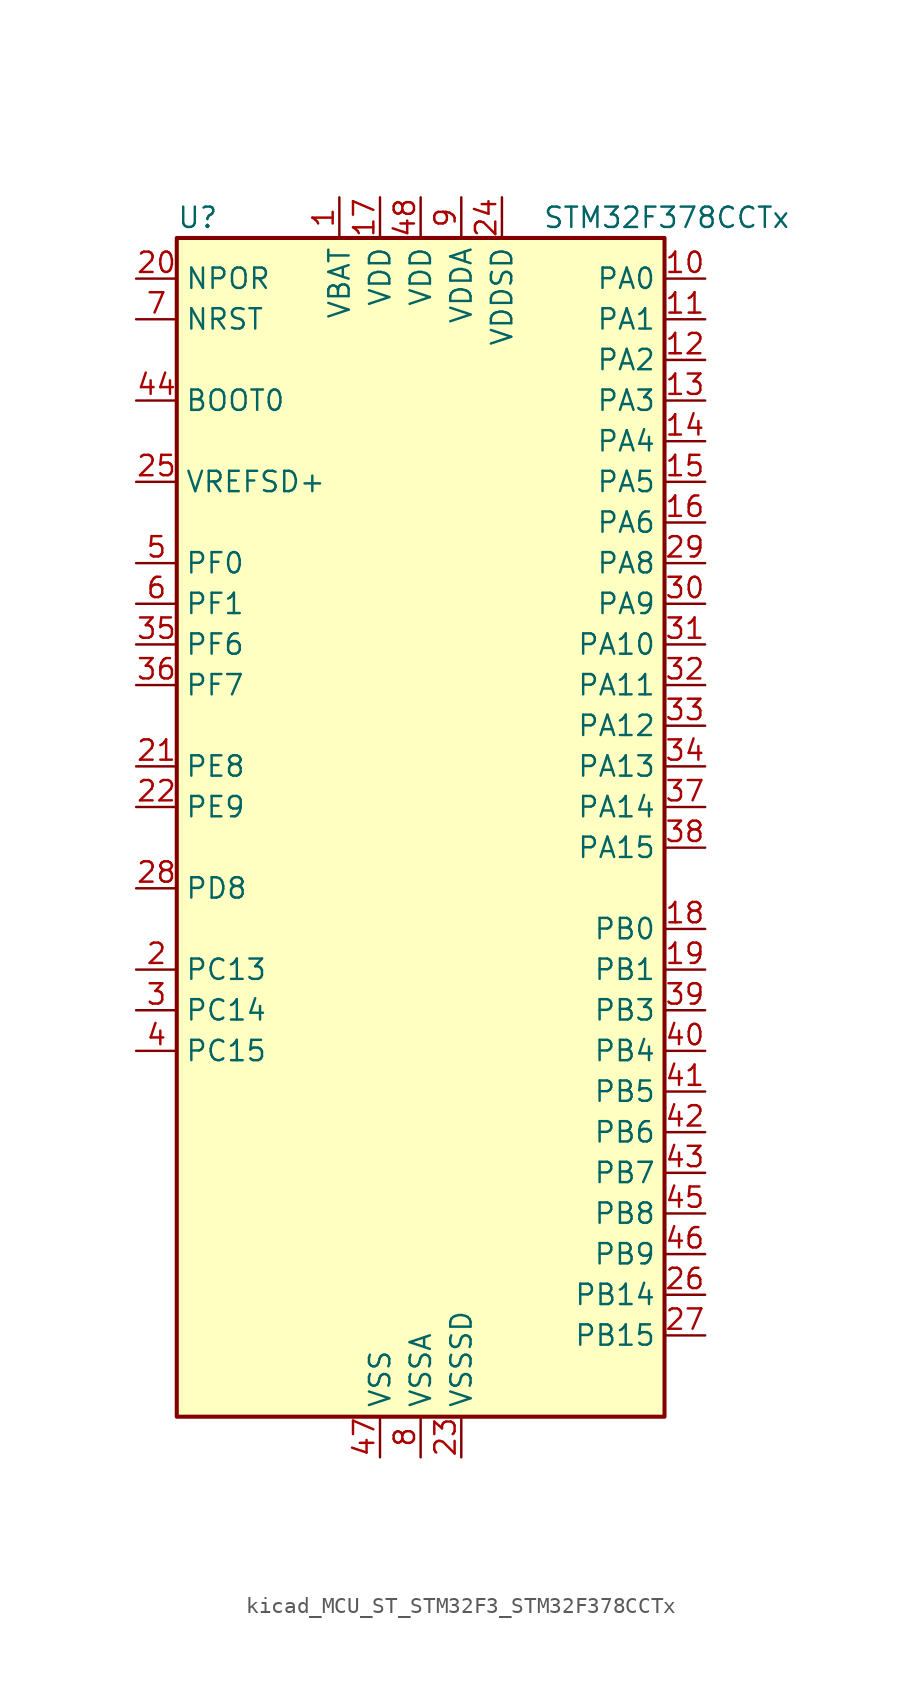
<source format=kicad_sym>
(kicad_symbol_lib
  (version 20220914)
  (generator kicad_symbol_editor)
  (symbol "kicad_MCU_ST_STM32F3_STM32F378CCTx"
    (property "Reference" "U"
      (at -15.24 39.37 0)
      (effects (font (size 1.27 1.27)) (justify left)))
    (property "Value" "STM32F378CCTx"
      (at 7.62 39.37 0)
      (effects (font (size 1.27 1.27)) (justify left)))
    (property "ki_locked" ""
      (at 0 0 0)
      (effects (font (size 1.27 1.27))))
    (symbol "kicad_MCU_ST_STM32F3_STM32F378CCTx_0_1"
      (rectangle (start -15.24 -35.56) (end 15.24 38.1) (stroke (width 0.254) (type default)) (fill (type background))))
    (symbol "kicad_MCU_ST_STM32F3_STM32F378CCTx_1_1"
      (pin power_in line (at -5.08 40.64 270) (length 2.54) (name "VBAT" (effects (font (size 1.27 1.27)))) (number "1" (effects (font (size 1.27 1.27)))))
      (pin bidirectional line (at 17.78 35.56 180) (length 2.54) (name "PA0" (effects (font (size 1.27 1.27)))) (number "10" (effects (font (size 1.27 1.27)))) (alternate "ADC1_IN0" bidirectional line) (alternate "COMP1_INM" bidirectional line) (alternate "COMP1_OUT" bidirectional line) (alternate "RTC_TAMP2" bidirectional line) (alternate "SYS_WKUP1" bidirectional line) (alternate "TIM19_CH1" bidirectional line) (alternate "TIM2_CH1" bidirectional line) (alternate "TIM2_ETR" bidirectional line) (alternate "TIM5_CH1" bidirectional line) (alternate "TIM5_ETR" bidirectional line) (alternate "TSC_G1_IO1" bidirectional line) (alternate "USART2_CTS" bidirectional line))
      (pin bidirectional line (at 17.78 33.02 180) (length 2.54) (name "PA1" (effects (font (size 1.27 1.27)))) (number "11" (effects (font (size 1.27 1.27)))) (alternate "ADC1_IN1" bidirectional line) (alternate "COMP1_INP" bidirectional line) (alternate "I2S3_CK" bidirectional line) (alternate "RTC_REFIN" bidirectional line) (alternate "SPI3_SCK" bidirectional line) (alternate "TIM15_CH1N" bidirectional line) (alternate "TIM19_CH2" bidirectional line) (alternate "TIM2_CH2" bidirectional line) (alternate "TIM5_CH2" bidirectional line) (alternate "TSC_G1_IO2" bidirectional line) (alternate "USART2_DE" bidirectional line) (alternate "USART2_RTS" bidirectional line))
      (pin bidirectional line (at 17.78 30.48 180) (length 2.54) (name "PA2" (effects (font (size 1.27 1.27)))) (number "12" (effects (font (size 1.27 1.27)))) (alternate "ADC1_IN2" bidirectional line) (alternate "COMP2_INM" bidirectional line) (alternate "COMP2_OUT" bidirectional line) (alternate "I2S3_MCK" bidirectional line) (alternate "SPI3_MISO" bidirectional line) (alternate "TIM15_CH1" bidirectional line) (alternate "TIM19_CH3" bidirectional line) (alternate "TIM2_CH3" bidirectional line) (alternate "TIM5_CH3" bidirectional line) (alternate "TSC_G1_IO3" bidirectional line) (alternate "USART2_TX" bidirectional line))
      (pin bidirectional line (at 17.78 27.94 180) (length 2.54) (name "PA3" (effects (font (size 1.27 1.27)))) (number "13" (effects (font (size 1.27 1.27)))) (alternate "ADC1_IN3" bidirectional line) (alternate "COMP2_INP" bidirectional line) (alternate "I2S3_SD" bidirectional line) (alternate "SPI3_MOSI" bidirectional line) (alternate "TIM15_CH2" bidirectional line) (alternate "TIM19_CH4" bidirectional line) (alternate "TIM2_CH4" bidirectional line) (alternate "TIM5_CH4" bidirectional line) (alternate "TSC_G1_IO4" bidirectional line) (alternate "USART2_RX" bidirectional line))
      (pin bidirectional line (at 17.78 25.4 180) (length 2.54) (name "PA4" (effects (font (size 1.27 1.27)))) (number "14" (effects (font (size 1.27 1.27)))) (alternate "ADC1_IN4" bidirectional line) (alternate "DAC1_OUT1" bidirectional line) (alternate "I2S1_WS" bidirectional line) (alternate "I2S3_WS" bidirectional line) (alternate "SPI1_NSS" bidirectional line) (alternate "SPI3_NSS" bidirectional line) (alternate "TIM12_CH1" bidirectional line) (alternate "TIM3_CH2" bidirectional line) (alternate "TSC_G2_IO1" bidirectional line) (alternate "USART2_CK" bidirectional line))
      (pin bidirectional line (at 17.78 22.86 180) (length 2.54) (name "PA5" (effects (font (size 1.27 1.27)))) (number "15" (effects (font (size 1.27 1.27)))) (alternate "ADC1_IN5" bidirectional line) (alternate "CEC" bidirectional line) (alternate "DAC1_OUT2" bidirectional line) (alternate "I2S1_CK" bidirectional line) (alternate "SPI1_SCK" bidirectional line) (alternate "TIM12_CH2" bidirectional line) (alternate "TIM14_CH1" bidirectional line) (alternate "TIM2_CH1" bidirectional line) (alternate "TIM2_ETR" bidirectional line) (alternate "TSC_G2_IO2" bidirectional line))
      (pin bidirectional line (at 17.78 20.32 180) (length 2.54) (name "PA6" (effects (font (size 1.27 1.27)))) (number "16" (effects (font (size 1.27 1.27)))) (alternate "ADC1_IN6" bidirectional line) (alternate "COMP1_OUT" bidirectional line) (alternate "DAC2_OUT1" bidirectional line) (alternate "I2S1_MCK" bidirectional line) (alternate "SPI1_MISO" bidirectional line) (alternate "TIM13_CH1" bidirectional line) (alternate "TIM16_CH1" bidirectional line) (alternate "TIM3_CH1" bidirectional line) (alternate "TSC_G2_IO3" bidirectional line))
      (pin power_in line (at -2.54 40.64 270) (length 2.54) (name "VDD" (effects (font (size 1.27 1.27)))) (number "17" (effects (font (size 1.27 1.27)))))
      (pin bidirectional line (at 17.78 -5.08 180) (length 2.54) (name "PB0" (effects (font (size 1.27 1.27)))) (number "18" (effects (font (size 1.27 1.27)))) (alternate "ADC1_IN8" bidirectional line) (alternate "I2S1_SD" bidirectional line) (alternate "SDADC1_AIN6P" bidirectional line) (alternate "SPI1_MOSI" bidirectional line) (alternate "TIM3_CH2" bidirectional line) (alternate "TIM3_CH3" bidirectional line) (alternate "TSC_G3_IO3" bidirectional line))
      (pin bidirectional line (at 17.78 -7.62 180) (length 2.54) (name "PB1" (effects (font (size 1.27 1.27)))) (number "19" (effects (font (size 1.27 1.27)))) (alternate "ADC1_IN9" bidirectional line) (alternate "SDADC1_AIN5P" bidirectional line) (alternate "SDADC1_AIN6M" bidirectional line) (alternate "TIM3_CH4" bidirectional line) (alternate "TSC_G3_IO4" bidirectional line))
      (pin bidirectional line (at -17.78 -7.62 0) (length 2.54) (name "PC13" (effects (font (size 1.27 1.27)))) (number "2" (effects (font (size 1.27 1.27)))) (alternate "RTC_OUT_ALARM" bidirectional line) (alternate "RTC_OUT_CALIB" bidirectional line) (alternate "RTC_TAMP1" bidirectional line) (alternate "RTC_TS" bidirectional line) (alternate "SYS_WKUP2" bidirectional line))
      (pin input line (at -17.78 35.56 0) (length 2.54) (name "NPOR" (effects (font (size 1.27 1.27)))) (number "20" (effects (font (size 1.27 1.27)))))
      (pin bidirectional line (at -17.78 5.08 0) (length 2.54) (name "PE8" (effects (font (size 1.27 1.27)))) (number "21" (effects (font (size 1.27 1.27)))) (alternate "SDADC1_AIN8P" bidirectional line) (alternate "SDADC2_AIN8P" bidirectional line))
      (pin bidirectional line (at -17.78 2.54 0) (length 2.54) (name "PE9" (effects (font (size 1.27 1.27)))) (number "22" (effects (font (size 1.27 1.27)))) (alternate "DAC1_EXTI9" bidirectional line) (alternate "DAC2_EXTI9" bidirectional line) (alternate "SDADC1_AIN7P" bidirectional line) (alternate "SDADC1_AIN8M" bidirectional line) (alternate "SDADC2_AIN7P" bidirectional line) (alternate "SDADC2_AIN8M" bidirectional line))
      (pin power_in line (at 2.54 -38.1 90) (length 2.54) (name "VSSSD" (effects (font (size 1.27 1.27)))) (number "23" (effects (font (size 1.27 1.27)))))
      (pin power_in line (at 5.08 40.64 270) (length 2.54) (name "VDDSD" (effects (font (size 1.27 1.27)))) (number "24" (effects (font (size 1.27 1.27)))))
      (pin input line (at -17.78 22.86 0) (length 2.54) (name "VREFSD+" (effects (font (size 1.27 1.27)))) (number "25" (effects (font (size 1.27 1.27)))))
      (pin bidirectional line (at 17.78 -27.94 180) (length 2.54) (name "PB14" (effects (font (size 1.27 1.27)))) (number "26" (effects (font (size 1.27 1.27)))) (alternate "I2S2_MCK" bidirectional line) (alternate "SDADC3_AIN8P" bidirectional line) (alternate "SPI2_MISO" bidirectional line) (alternate "TIM12_CH1" bidirectional line) (alternate "TIM15_CH1" bidirectional line) (alternate "TSC_G6_IO1" bidirectional line) (alternate "USART3_DE" bidirectional line) (alternate "USART3_RTS" bidirectional line))
      (pin bidirectional line (at 17.78 -30.48 180) (length 2.54) (name "PB15" (effects (font (size 1.27 1.27)))) (number "27" (effects (font (size 1.27 1.27)))) (alternate "ADC1_EXTI15" bidirectional line) (alternate "I2S2_SD" bidirectional line) (alternate "RTC_REFIN" bidirectional line) (alternate "SDADC1_EXTI15" bidirectional line) (alternate "SDADC2_EXTI15" bidirectional line) (alternate "SDADC3_AIN7P" bidirectional line) (alternate "SDADC3_AIN8M" bidirectional line) (alternate "SDADC3_EXTI15" bidirectional line) (alternate "SPI2_MOSI" bidirectional line) (alternate "TIM12_CH2" bidirectional line) (alternate "TIM15_CH1N" bidirectional line) (alternate "TIM15_CH2" bidirectional line) (alternate "TSC_G6_IO2" bidirectional line))
      (pin bidirectional line (at -17.78 -2.54 0) (length 2.54) (name "PD8" (effects (font (size 1.27 1.27)))) (number "28" (effects (font (size 1.27 1.27)))) (alternate "I2S2_CK" bidirectional line) (alternate "SDADC3_AIN6P" bidirectional line) (alternate "SPI2_SCK" bidirectional line) (alternate "TSC_G6_IO3" bidirectional line) (alternate "USART3_TX" bidirectional line))
      (pin bidirectional line (at 17.78 17.78 180) (length 2.54) (name "PA8" (effects (font (size 1.27 1.27)))) (number "29" (effects (font (size 1.27 1.27)))) (alternate "I2C2_SMBA" bidirectional line) (alternate "I2S2_CK" bidirectional line) (alternate "RCC_MCO" bidirectional line) (alternate "SPI2_SCK" bidirectional line) (alternate "TIM4_ETR" bidirectional line) (alternate "TIM5_CH1" bidirectional line) (alternate "TIM5_ETR" bidirectional line) (alternate "USART1_CK" bidirectional line))
      (pin bidirectional line (at -17.78 -10.16 0) (length 2.54) (name "PC14" (effects (font (size 1.27 1.27)))) (number "3" (effects (font (size 1.27 1.27)))) (alternate "RCC_OSC32_IN" bidirectional line))
      (pin bidirectional line (at 17.78 15.24 180) (length 2.54) (name "PA9" (effects (font (size 1.27 1.27)))) (number "30" (effects (font (size 1.27 1.27)))) (alternate "DAC1_EXTI9" bidirectional line) (alternate "DAC2_EXTI9" bidirectional line) (alternate "I2C2_SCL" bidirectional line) (alternate "I2S2_MCK" bidirectional line) (alternate "SPI2_MISO" bidirectional line) (alternate "TIM13_CH1" bidirectional line) (alternate "TIM15_BKIN" bidirectional line) (alternate "TIM2_CH3" bidirectional line) (alternate "TSC_G4_IO1" bidirectional line) (alternate "USART1_TX" bidirectional line))
      (pin bidirectional line (at 17.78 12.7 180) (length 2.54) (name "PA10" (effects (font (size 1.27 1.27)))) (number "31" (effects (font (size 1.27 1.27)))) (alternate "I2C2_SDA" bidirectional line) (alternate "I2S2_SD" bidirectional line) (alternate "SPI2_MOSI" bidirectional line) (alternate "TIM14_CH1" bidirectional line) (alternate "TIM17_BKIN" bidirectional line) (alternate "TIM2_CH4" bidirectional line) (alternate "TSC_G4_IO2" bidirectional line) (alternate "USART1_RX" bidirectional line))
      (pin bidirectional line (at 17.78 10.16 180) (length 2.54) (name "PA11" (effects (font (size 1.27 1.27)))) (number "32" (effects (font (size 1.27 1.27)))) (alternate "ADC1_EXTI11" bidirectional line) (alternate "CAN_RX" bidirectional line) (alternate "COMP1_OUT" bidirectional line) (alternate "I2S1_WS" bidirectional line) (alternate "I2S2_WS" bidirectional line) (alternate "SDADC1_EXTI11" bidirectional line) (alternate "SDADC2_EXTI11" bidirectional line) (alternate "SDADC3_EXTI11" bidirectional line) (alternate "SPI1_NSS" bidirectional line) (alternate "SPI2_NSS" bidirectional line) (alternate "TIM4_CH1" bidirectional line) (alternate "TIM5_CH2" bidirectional line) (alternate "USART1_CTS" bidirectional line))
      (pin bidirectional line (at 17.78 7.62 180) (length 2.54) (name "PA12" (effects (font (size 1.27 1.27)))) (number "33" (effects (font (size 1.27 1.27)))) (alternate "CAN_TX" bidirectional line) (alternate "COMP2_OUT" bidirectional line) (alternate "I2S1_CK" bidirectional line) (alternate "SPI1_SCK" bidirectional line) (alternate "TIM16_CH1" bidirectional line) (alternate "TIM4_CH2" bidirectional line) (alternate "TIM5_CH3" bidirectional line) (alternate "USART1_DE" bidirectional line) (alternate "USART1_RTS" bidirectional line))
      (pin bidirectional line (at 17.78 5.08 180) (length 2.54) (name "PA13" (effects (font (size 1.27 1.27)))) (number "34" (effects (font (size 1.27 1.27)))) (alternate "I2S1_MCK" bidirectional line) (alternate "IR_OUT" bidirectional line) (alternate "SPI1_MISO" bidirectional line) (alternate "SYS_JTMS-SWDIO" bidirectional line) (alternate "TIM16_CH1N" bidirectional line) (alternate "TIM4_CH3" bidirectional line) (alternate "TIM5_CH4" bidirectional line) (alternate "TSC_G4_IO3" bidirectional line) (alternate "USART3_CTS" bidirectional line))
      (pin bidirectional line (at -17.78 12.7 0) (length 2.54) (name "PF6" (effects (font (size 1.27 1.27)))) (number "35" (effects (font (size 1.27 1.27)))) (alternate "I2C2_SCL" bidirectional line) (alternate "I2S1_SD" bidirectional line) (alternate "SPI1_MOSI" bidirectional line) (alternate "TIM4_CH4" bidirectional line) (alternate "USART3_DE" bidirectional line) (alternate "USART3_RTS" bidirectional line))
      (pin bidirectional line (at -17.78 10.16 0) (length 2.54) (name "PF7" (effects (font (size 1.27 1.27)))) (number "36" (effects (font (size 1.27 1.27)))) (alternate "I2C2_SDA" bidirectional line) (alternate "USART2_CK" bidirectional line))
      (pin bidirectional line (at 17.78 2.54 180) (length 2.54) (name "PA14" (effects (font (size 1.27 1.27)))) (number "37" (effects (font (size 1.27 1.27)))) (alternate "I2C1_SDA" bidirectional line) (alternate "SYS_JTCK-SWCLK" bidirectional line) (alternate "TIM12_CH1" bidirectional line) (alternate "TSC_G4_IO4" bidirectional line))
      (pin bidirectional line (at 17.78 0 180) (length 2.54) (name "PA15" (effects (font (size 1.27 1.27)))) (number "38" (effects (font (size 1.27 1.27)))) (alternate "ADC1_EXTI15" bidirectional line) (alternate "I2C1_SCL" bidirectional line) (alternate "I2S1_WS" bidirectional line) (alternate "I2S3_WS" bidirectional line) (alternate "SDADC1_EXTI15" bidirectional line) (alternate "SDADC2_EXTI15" bidirectional line) (alternate "SDADC3_EXTI15" bidirectional line) (alternate "SPI1_NSS" bidirectional line) (alternate "SPI3_NSS" bidirectional line) (alternate "SYS_JTDI" bidirectional line) (alternate "TIM12_CH2" bidirectional line) (alternate "TIM2_CH1" bidirectional line) (alternate "TIM2_ETR" bidirectional line) (alternate "TSC_SYNC" bidirectional line))
      (pin bidirectional line (at 17.78 -10.16 180) (length 2.54) (name "PB3" (effects (font (size 1.27 1.27)))) (number "39" (effects (font (size 1.27 1.27)))) (alternate "I2S1_CK" bidirectional line) (alternate "I2S3_CK" bidirectional line) (alternate "SPI1_SCK" bidirectional line) (alternate "SPI3_SCK" bidirectional line) (alternate "SYS_JTDO-TRACESWO" bidirectional line) (alternate "TIM13_CH1" bidirectional line) (alternate "TIM2_CH2" bidirectional line) (alternate "TIM3_ETR" bidirectional line) (alternate "TIM4_ETR" bidirectional line) (alternate "TSC_G5_IO1" bidirectional line) (alternate "USART2_TX" bidirectional line))
      (pin bidirectional line (at -17.78 -12.7 0) (length 2.54) (name "PC15" (effects (font (size 1.27 1.27)))) (number "4" (effects (font (size 1.27 1.27)))) (alternate "ADC1_EXTI15" bidirectional line) (alternate "RCC_OSC32_OUT" bidirectional line) (alternate "SDADC1_EXTI15" bidirectional line) (alternate "SDADC2_EXTI15" bidirectional line) (alternate "SDADC3_EXTI15" bidirectional line))
      (pin bidirectional line (at 17.78 -12.7 180) (length 2.54) (name "PB4" (effects (font (size 1.27 1.27)))) (number "40" (effects (font (size 1.27 1.27)))) (alternate "I2S1_MCK" bidirectional line) (alternate "I2S3_MCK" bidirectional line) (alternate "SPI1_MISO" bidirectional line) (alternate "SPI3_MISO" bidirectional line) (alternate "SYS_NJTRST" bidirectional line) (alternate "TIM15_CH1N" bidirectional line) (alternate "TIM16_CH1" bidirectional line) (alternate "TIM17_BKIN" bidirectional line) (alternate "TIM3_CH1" bidirectional line) (alternate "TSC_G5_IO2" bidirectional line) (alternate "USART2_RX" bidirectional line))
      (pin bidirectional line (at 17.78 -15.24 180) (length 2.54) (name "PB5" (effects (font (size 1.27 1.27)))) (number "41" (effects (font (size 1.27 1.27)))) (alternate "I2C1_SMBA" bidirectional line) (alternate "I2S1_SD" bidirectional line) (alternate "I2S3_SD" bidirectional line) (alternate "SPI1_MOSI" bidirectional line) (alternate "SPI3_MOSI" bidirectional line) (alternate "TIM16_BKIN" bidirectional line) (alternate "TIM17_CH1" bidirectional line) (alternate "TIM19_ETR" bidirectional line) (alternate "TIM3_CH2" bidirectional line) (alternate "USART2_CK" bidirectional line))
      (pin bidirectional line (at 17.78 -17.78 180) (length 2.54) (name "PB6" (effects (font (size 1.27 1.27)))) (number "42" (effects (font (size 1.27 1.27)))) (alternate "I2C1_SCL" bidirectional line) (alternate "TIM15_CH1" bidirectional line) (alternate "TIM16_CH1N" bidirectional line) (alternate "TIM19_CH1" bidirectional line) (alternate "TIM3_CH3" bidirectional line) (alternate "TIM4_CH1" bidirectional line) (alternate "TSC_G5_IO3" bidirectional line) (alternate "USART1_TX" bidirectional line))
      (pin bidirectional line (at 17.78 -20.32 180) (length 2.54) (name "PB7" (effects (font (size 1.27 1.27)))) (number "43" (effects (font (size 1.27 1.27)))) (alternate "I2C1_SDA" bidirectional line) (alternate "TIM15_CH2" bidirectional line) (alternate "TIM17_CH1N" bidirectional line) (alternate "TIM19_CH2" bidirectional line) (alternate "TIM3_CH4" bidirectional line) (alternate "TIM4_CH2" bidirectional line) (alternate "TSC_G5_IO4" bidirectional line) (alternate "USART1_RX" bidirectional line))
      (pin input line (at -17.78 27.94 0) (length 2.54) (name "BOOT0" (effects (font (size 1.27 1.27)))) (number "44" (effects (font (size 1.27 1.27)))))
      (pin bidirectional line (at 17.78 -22.86 180) (length 2.54) (name "PB8" (effects (font (size 1.27 1.27)))) (number "45" (effects (font (size 1.27 1.27)))) (alternate "CAN_RX" bidirectional line) (alternate "CEC" bidirectional line) (alternate "COMP1_OUT" bidirectional line) (alternate "I2C1_SCL" bidirectional line) (alternate "I2S2_CK" bidirectional line) (alternate "SPI2_SCK" bidirectional line) (alternate "TIM16_CH1" bidirectional line) (alternate "TIM19_CH3" bidirectional line) (alternate "TIM4_CH3" bidirectional line) (alternate "TSC_SYNC" bidirectional line) (alternate "USART3_TX" bidirectional line))
      (pin bidirectional line (at 17.78 -25.4 180) (length 2.54) (name "PB9" (effects (font (size 1.27 1.27)))) (number "46" (effects (font (size 1.27 1.27)))) (alternate "CAN_TX" bidirectional line) (alternate "COMP2_OUT" bidirectional line) (alternate "DAC1_EXTI9" bidirectional line) (alternate "DAC2_EXTI9" bidirectional line) (alternate "I2C1_SDA" bidirectional line) (alternate "I2S2_WS" bidirectional line) (alternate "IR_OUT" bidirectional line) (alternate "SPI2_NSS" bidirectional line) (alternate "TIM17_CH1" bidirectional line) (alternate "TIM19_CH4" bidirectional line) (alternate "TIM4_CH4" bidirectional line) (alternate "USART3_RX" bidirectional line))
      (pin power_in line (at -2.54 -38.1 90) (length 2.54) (name "VSS" (effects (font (size 1.27 1.27)))) (number "47" (effects (font (size 1.27 1.27)))))
      (pin power_in line (at 0 40.64 270) (length 2.54) (name "VDD" (effects (font (size 1.27 1.27)))) (number "48" (effects (font (size 1.27 1.27)))))
      (pin bidirectional line (at -17.78 17.78 0) (length 2.54) (name "PF0" (effects (font (size 1.27 1.27)))) (number "5" (effects (font (size 1.27 1.27)))) (alternate "I2C2_SDA" bidirectional line) (alternate "RCC_OSC_IN" bidirectional line))
      (pin bidirectional line (at -17.78 15.24 0) (length 2.54) (name "PF1" (effects (font (size 1.27 1.27)))) (number "6" (effects (font (size 1.27 1.27)))) (alternate "I2C2_SCL" bidirectional line) (alternate "RCC_OSC_OUT" bidirectional line))
      (pin input line (at -17.78 33.02 0) (length 2.54) (name "NRST" (effects (font (size 1.27 1.27)))) (number "7" (effects (font (size 1.27 1.27)))))
      (pin power_in line (at 0 -38.1 90) (length 2.54) (name "VSSA" (effects (font (size 1.27 1.27)))) (number "8" (effects (font (size 1.27 1.27)))))
      (pin power_in line (at 2.54 40.64 270) (length 2.54) (name "VDDA" (effects (font (size 1.27 1.27)))) (number "9" (effects (font (size 1.27 1.27))))))))
</source>
